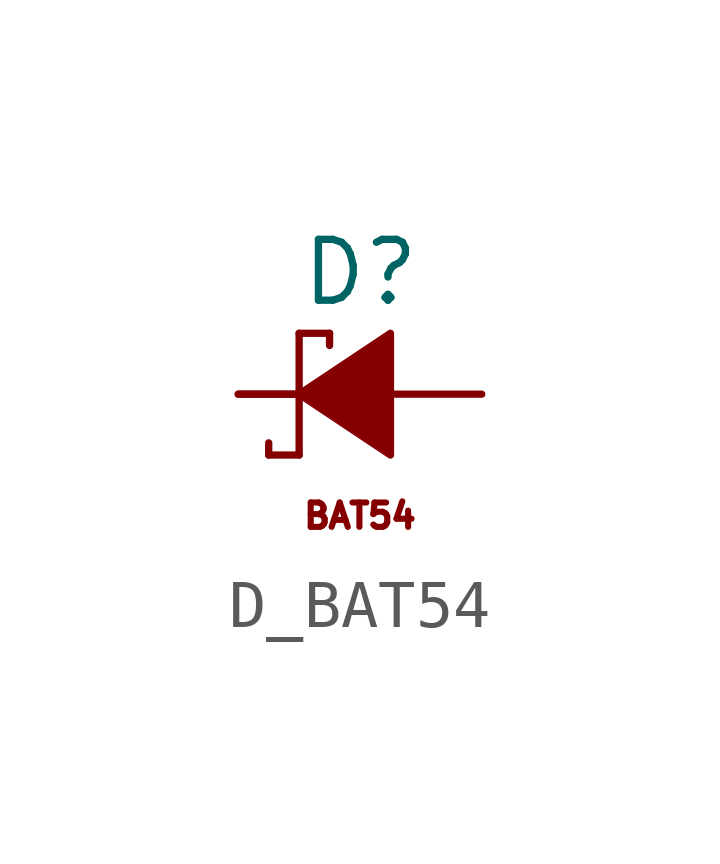
<source format=kicad_sym>
(kicad_symbol_lib
  (version 20211014)
  (generator kicad_symbol_editor)
  (symbol "D_BAT54"
    (pin_numbers hide)
    (pin_names
      (offset 1.016))
    (property "Reference" "D"
      (at -1.27 2.54 0)
      (effects (font (size 1.27 1.27)) (justify left)))
    (symbol "D_BAT54_0_0"
      (text "BAT54" (at 0 -2.54 0) (effects (font (size 0.508 0.508)))))
    (symbol "D_BAT54_0_1"
      (polyline (pts (xy -1.905 -1.27) (xy -1.905 -1.016)) (stroke (width 0) (type default) (color 0 0 0 0)) (fill (type none)))
      (polyline (pts (xy -1.27 -1.27) (xy -1.905 -1.27)) (stroke (width 0) (type default) (color 0 0 0 0)) (fill (type none)))
      (polyline (pts (xy -1.27 1.27) (xy -1.27 -1.27)) (stroke (width 0) (type default) (color 0 0 0 0)) (fill (type none)))
      (polyline (pts (xy -1.27 1.27) (xy -0.635 1.27)) (stroke (width 0) (type default) (color 0 0 0 0)) (fill (type none)))
      (polyline (pts (xy -0.635 1.27) (xy -0.635 1.016)) (stroke (width 0) (type default) (color 0 0 0 0)) (fill (type none)))
      (polyline (pts (xy 0 0) (xy -2.54 0)) (stroke (width 0) (type default) (color 0 0 0 0)) (fill (type none)))
      (polyline (pts (xy 0.635 -1.27) (xy 0.635 1.27) (xy -1.27 0) (xy 0.635 -1.27)) (stroke (width 0) (type default) (color 0 0 0 0)) (fill (type outline))))
    (symbol "D_BAT54_1_1"
      (pin passive line (at -2.54 0 0) (length 2.54) (name "~" (effects (font (size 1.27 1.27)))) (number "1" (effects (font (size 1.27 1.27)))))
      (pin passive line (at 2.54 0 180) (length 2.54) (name "~" (effects (font (size 1.27 1.27)))) (number "2" (effects (font (size 1.27 1.27))))))))
</source>
